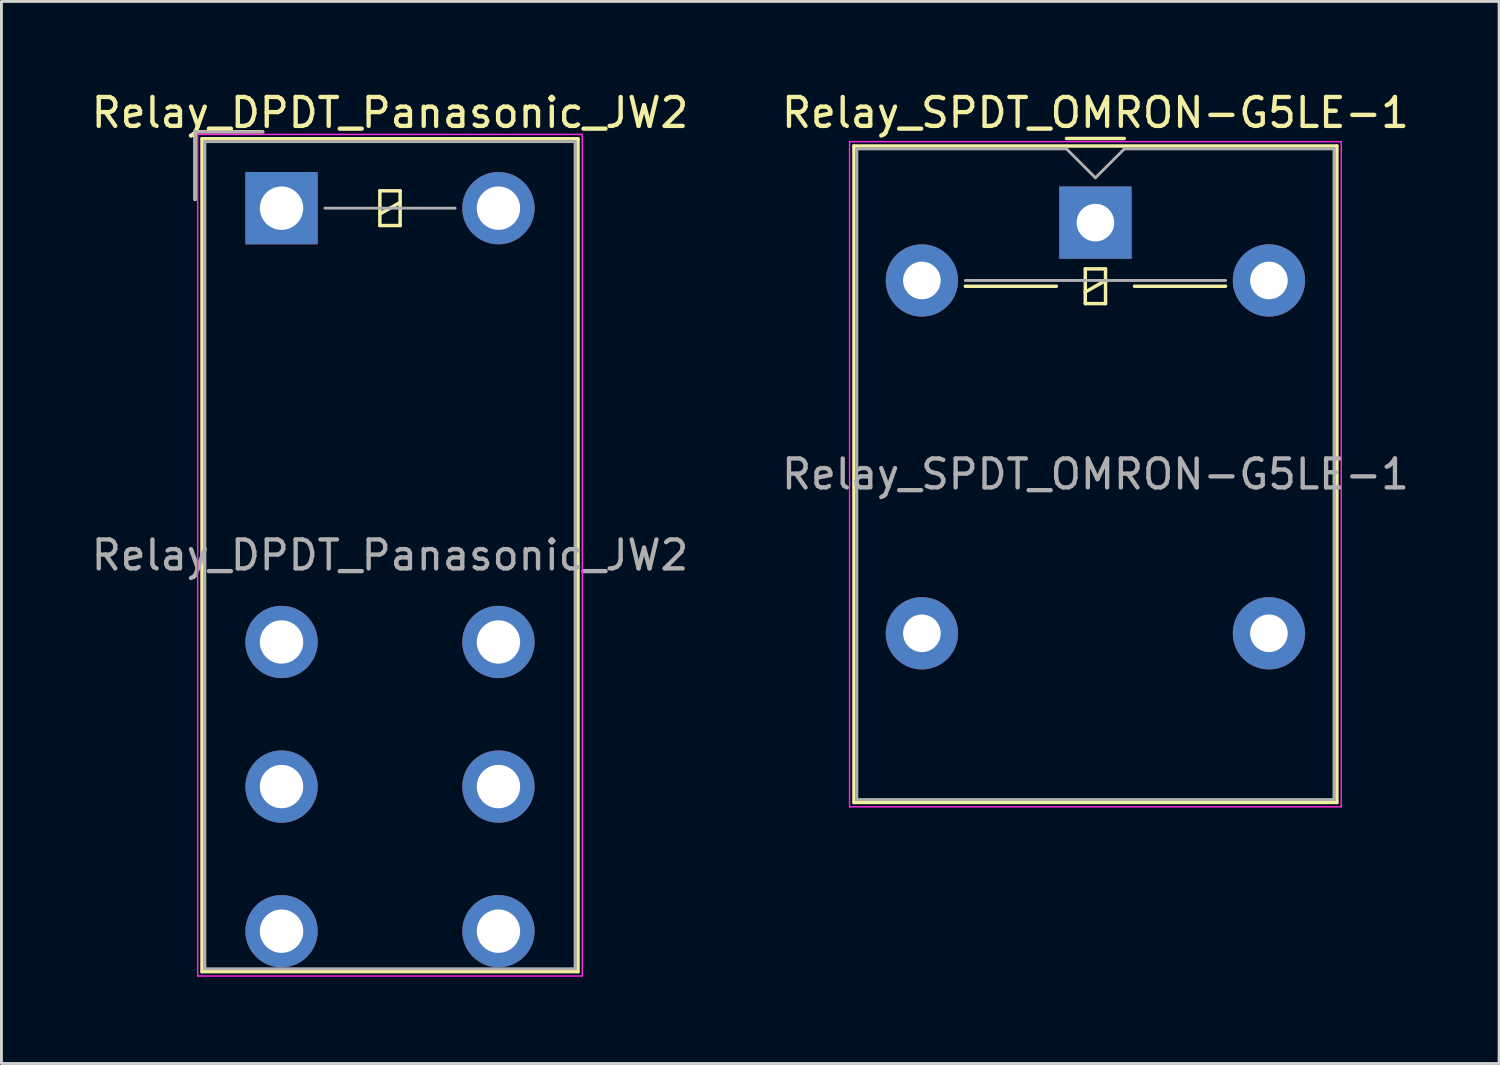
<source format=kicad_pcb>
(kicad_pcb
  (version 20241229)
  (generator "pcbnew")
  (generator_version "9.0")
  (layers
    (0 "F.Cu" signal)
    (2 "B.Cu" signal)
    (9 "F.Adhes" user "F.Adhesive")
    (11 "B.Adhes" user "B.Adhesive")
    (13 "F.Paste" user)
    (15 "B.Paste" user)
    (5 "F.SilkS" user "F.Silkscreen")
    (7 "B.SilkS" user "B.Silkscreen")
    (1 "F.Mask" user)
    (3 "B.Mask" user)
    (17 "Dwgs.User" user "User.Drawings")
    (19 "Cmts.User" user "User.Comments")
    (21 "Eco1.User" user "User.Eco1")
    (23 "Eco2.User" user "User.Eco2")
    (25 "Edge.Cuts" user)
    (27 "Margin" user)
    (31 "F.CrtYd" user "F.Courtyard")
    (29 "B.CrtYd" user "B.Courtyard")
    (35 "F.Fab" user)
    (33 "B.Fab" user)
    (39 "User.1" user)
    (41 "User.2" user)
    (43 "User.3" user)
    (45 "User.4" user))
  (footprint "Relay_SPDT_OMRON-G5LE-1"
    (layer "F.Cu")
    (at 34.827 4.648)
    (property "Reference" "Relay_SPDT_OMRON-G5LE-1" (at 0 -3.8 0) (layer "F.SilkS") (effects (font (size 1 1) (thickness 0.15))))
    (attr through_hole)
    (fp_line (start -8.35 -2.65) (end -8.35 20.05) (stroke (width 0.12) (type solid)) (layer "F.SilkS"))
    (fp_line (start -8.35 20.05) (end 8.35 20.05) (stroke (width 0.12) (type solid)) (layer "F.SilkS"))
    (fp_line (start -4.5 2.2) (end -1.35 2.2) (stroke (width 0.12) (type solid)) (layer "F.SilkS"))
    (fp_line (start -1 -2.91) (end 1 -2.91) (stroke (width 0.12) (type solid)) (layer "F.SilkS"))
    (fp_line (start -0.35 1.6) (end -0.35 2.8) (stroke (width 0.12) (type solid)) (layer "F.SilkS"))
    (fp_line (start -0.35 2.4) (end 0.35 2) (stroke (width 0.12) (type solid)) (layer "F.SilkS"))
    (fp_line (start -0.35 2.8) (end 0.35 2.8) (stroke (width 0.12) (type solid)) (layer "F.SilkS"))
    (fp_line (start 0.35 1.6) (end -0.35 1.6) (stroke (width 0.12) (type solid)) (layer "F.SilkS"))
    (fp_line (start 0.35 2.8) (end 0.35 1.6) (stroke (width 0.12) (type solid)) (layer "F.SilkS"))
    (fp_line (start 1.35 2.2) (end 4.5 2.2) (stroke (width 0.12) (type solid)) (layer "F.SilkS"))
    (fp_line (start 8.35 -2.65) (end -8.35 -2.65) (stroke (width 0.12) (type solid)) (layer "F.SilkS"))
    (fp_line (start 8.35 20.05) (end 8.35 -2.65) (stroke (width 0.12) (type solid)) (layer "F.SilkS"))
    (fp_line (start -8.5 -2.8) (end -8.5 20.2) (stroke (width 0.05) (type solid)) (layer "F.CrtYd"))
    (fp_line (start -8.5 20.2) (end 8.5 20.2) (stroke (width 0.05) (type solid)) (layer "F.CrtYd"))
    (fp_line (start 8.5 -2.8) (end -8.5 -2.8) (stroke (width 0.05) (type solid)) (layer "F.CrtYd"))
    (fp_line (start 8.5 20.2) (end 8.5 -2.8) (stroke (width 0.05) (type solid)) (layer "F.CrtYd"))
    (fp_line (start -8.25 -2.55) (end -1 -2.55) (stroke (width 0.1) (type solid)) (layer "F.Fab"))
    (fp_line (start -8.25 19.95) (end -8.25 -2.55) (stroke (width 0.1) (type solid)) (layer "F.Fab"))
    (fp_line (start -4.5 2) (end 4.5 2) (stroke (width 0.1) (type solid)) (layer "F.Fab"))
    (fp_line (start -1 -2.55) (end 0 -1.55) (stroke (width 0.1) (type solid)) (layer "F.Fab"))
    (fp_line (start 0 -1.55) (end 1 -2.55) (stroke (width 0.1) (type solid)) (layer "F.Fab"))
    (fp_line (start 1 -2.55) (end 8.25 -2.55) (stroke (width 0.1) (type solid)) (layer "F.Fab"))
    (fp_line (start 8.25 -2.55) (end 8.25 19.95) (stroke (width 0.1) (type solid)) (layer "F.Fab"))
    (fp_line (start 8.25 19.95) (end -8.25 19.95) (stroke (width 0.1) (type solid)) (layer "F.Fab"))
    (fp_text user "${REFERENCE}" (at 0 8.7 0) (layer "F.Fab") (effects (font (size 1 1) (thickness 0.15))))
    (pad "1" thru_hole rect (at 0 0) (size 2.5 2.5) (drill 1.3) (layers "*.Cu" "*.Mask"))
    (pad "2" thru_hole oval (at -6 2) (size 2.5 2.5) (drill 1.3) (layers "*.Cu" "*.Mask"))
    (pad "3" thru_hole oval (at -6 14.2) (size 2.5 2.5) (drill 1.3) (layers "*.Cu" "*.Mask"))
    (pad "4" thru_hole oval (at 6 14.2) (size 2.5 2.5) (drill 1.3) (layers "*.Cu" "*.Mask"))
    (pad "5" thru_hole oval (at 6 2) (size 2.5 2.5) (drill 1.3) (layers "*.Cu" "*.Mask")))
  (footprint "Relay_DPDT_Panasonic_JW2"
    (layer "F.Cu")
    (at 6.685 4.148)
    (property "Reference" "Relay_DPDT_Panasonic_JW2" (at 3.75 -3.3 0) (layer "F.SilkS") (effects (font (size 1 1) (thickness 0.15))))
    (attr through_hole)
    (fp_line (start -2.99 -2.64) (end -0.65 -2.64) (stroke (width 0.12) (type solid)) (layer "F.SilkS"))
    (fp_line (start -2.99 -0.3) (end -2.99 -2.64) (stroke (width 0.12) (type solid)) (layer "F.SilkS"))
    (fp_line (start -2.75 -2.4) (end -2.75 26.4) (stroke (width 0.12) (type solid)) (layer "F.SilkS"))
    (fp_line (start -2.75 26.4) (end 10.25 26.4) (stroke (width 0.12) (type solid)) (layer "F.SilkS"))
    (fp_line (start 3.4 -0.6) (end 3.4 0.6) (stroke (width 0.12) (type solid)) (layer "F.SilkS"))
    (fp_line (start 3.4 0.2) (end 4.1 -0.2) (stroke (width 0.12) (type solid)) (layer "F.SilkS"))
    (fp_line (start 3.4 0.6) (end 4.1 0.6) (stroke (width 0.12) (type solid)) (layer "F.SilkS"))
    (fp_line (start 4.1 -0.6) (end 3.4 -0.6) (stroke (width 0.12) (type solid)) (layer "F.SilkS"))
    (fp_line (start 4.1 0.6) (end 4.1 -0.6) (stroke (width 0.12) (type solid)) (layer "F.SilkS"))
    (fp_line (start 10.25 -2.4) (end -2.75 -2.4) (stroke (width 0.12) (type solid)) (layer "F.SilkS"))
    (fp_line (start 10.25 26.4) (end 10.25 -2.4) (stroke (width 0.12) (type solid)) (layer "F.SilkS"))
    (fp_line (start -2.9 -2.55) (end -2.9 26.55) (stroke (width 0.05) (type solid)) (layer "F.CrtYd"))
    (fp_line (start -2.9 26.55) (end 10.4 26.55) (stroke (width 0.05) (type solid)) (layer "F.CrtYd"))
    (fp_line (start 10.4 -2.55) (end -2.9 -2.55) (stroke (width 0.05) (type solid)) (layer "F.CrtYd"))
    (fp_line (start 10.4 26.55) (end 10.4 -2.55) (stroke (width 0.05) (type solid)) (layer "F.CrtYd"))
    (fp_line (start -2.99 -2.64) (end -0.65 -2.64) (stroke (width 0.1) (type solid)) (layer "F.Fab"))
    (fp_line (start -2.99 -0.3) (end -2.99 -2.64) (stroke (width 0.1) (type solid)) (layer "F.Fab"))
    (fp_line (start -2.65 -2.3) (end -2.65 26.3) (stroke (width 0.1) (type solid)) (layer "F.Fab"))
    (fp_line (start -2.65 26.3) (end 10.15 26.3) (stroke (width 0.1) (type solid)) (layer "F.Fab"))
    (fp_line (start 1.5 0) (end 6 0) (stroke (width 0.1) (type solid)) (layer "F.Fab"))
    (fp_line (start 10.15 -2.3) (end -2.65 -2.3) (stroke (width 0.1) (type solid)) (layer "F.Fab"))
    (fp_line (start 10.15 26.3) (end 10.15 -2.3) (stroke (width 0.1) (type solid)) (layer "F.Fab"))
    (fp_text user "${REFERENCE}" (at 3.75 12 0) (layer "F.Fab") (effects (font (size 1 1) (thickness 0.15))))
    (pad "1" thru_hole rect (at 0 0) (size 2.5 2.5) (drill 1.5) (layers "*.Cu" "*.Mask"))
    (pad "2" thru_hole oval (at 0 15) (size 2.5 2.5) (drill 1.5) (layers "*.Cu" "*.Mask"))
    (pad "3" thru_hole oval (at 0 20) (size 2.5 2.5) (drill 1.5) (layers "*.Cu" "*.Mask"))
    (pad "4" thru_hole oval (at 0 25) (size 2.5 2.5) (drill 1.5) (layers "*.Cu" "*.Mask"))
    (pad "5" thru_hole oval (at 7.5 25) (size 2.5 2.5) (drill 1.5) (layers "*.Cu" "*.Mask"))
    (pad "6" thru_hole oval (at 7.5 20) (size 2.5 2.5) (drill 1.5) (layers "*.Cu" "*.Mask"))
    (pad "7" thru_hole oval (at 7.5 15) (size 2.5 2.5) (drill 1.5) (layers "*.Cu" "*.Mask"))
    (pad "8" thru_hole oval (at 7.5 0) (size 2.5 2.5) (drill 1.5) (layers "*.Cu" "*.Mask")))
  (gr_rect
    (start -3 -3)
    (end 48.786 33.723)
    (stroke (width 0.1) (type default))
    (fill no)
    (layer "Edge.Cuts")))
</source>
